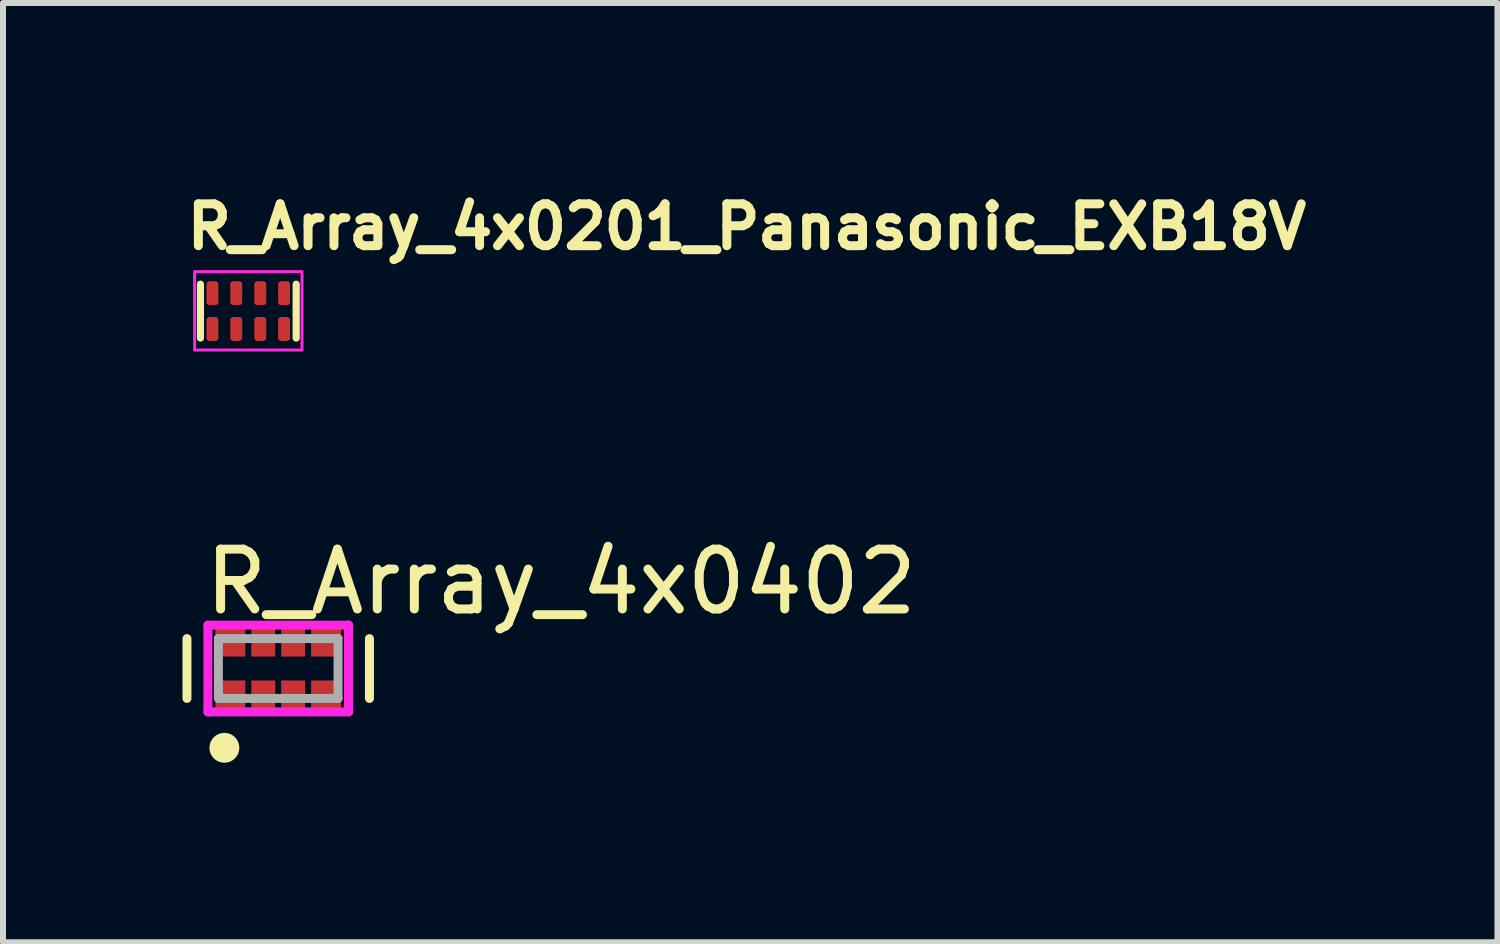
<source format=kicad_pcb>
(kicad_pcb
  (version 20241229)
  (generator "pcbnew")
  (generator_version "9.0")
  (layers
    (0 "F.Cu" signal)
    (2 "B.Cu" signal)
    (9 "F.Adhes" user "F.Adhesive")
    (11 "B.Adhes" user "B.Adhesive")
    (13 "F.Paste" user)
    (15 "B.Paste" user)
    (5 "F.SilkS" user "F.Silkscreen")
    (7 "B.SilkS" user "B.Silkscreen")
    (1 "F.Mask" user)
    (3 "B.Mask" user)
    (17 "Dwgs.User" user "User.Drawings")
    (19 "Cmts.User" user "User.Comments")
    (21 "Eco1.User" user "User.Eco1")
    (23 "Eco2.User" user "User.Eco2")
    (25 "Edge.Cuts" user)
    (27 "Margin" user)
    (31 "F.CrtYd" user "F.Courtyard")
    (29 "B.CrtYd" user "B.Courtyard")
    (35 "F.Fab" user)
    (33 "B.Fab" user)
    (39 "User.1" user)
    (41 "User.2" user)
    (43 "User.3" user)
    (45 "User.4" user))
  (footprint "R_Array_4x0201_Panasonic_EXB18V"
    (layer "F.Cu")
    (at 1.1 2.15)
    (property "Reference" "R_Array_4x0201_Panasonic_EXB18V" (at -1.1 -1 180) (layer "F.SilkS") (effects (font (size 0.7 0.7) (thickness 0.15)) (justify left bottom)))
    (attr smd)
    (fp_line (start -0.8 -0.45) (end -0.8 0.45) (stroke (width 0.12) (type solid)) (layer "F.SilkS"))
    (fp_line (start 0.8 -0.45) (end 0.8 0.45) (stroke (width 0.12) (type solid)) (layer "F.SilkS"))
    (fp_rect (start -0.898 -0.66) (end 0.898 0.65) (stroke (width 0.05) (type solid)) (fill no) (layer "F.CrtYd"))
    (fp_rect (start -0.749 -0.356) (end 0.747 0.354) (stroke (width 0.1) (type solid)) (fill no) (layer "User.5"))
    (fp_line (start -0.749 -0.332) (end -0.749 0.33) (stroke (width 0.02) (type solid)) (layer "User.9"))
    (fp_line (start -0.749 0.33) (end -0.711 0.33) (stroke (width 0.02) (type solid)) (layer "User.9"))
    (fp_line (start -0.711 -0.356) (end -0.508 -0.356) (stroke (width 0.02) (type solid)) (layer "User.9"))
    (fp_line (start -0.711 -0.332) (end -0.749 -0.332) (stroke (width 0.02) (type solid)) (layer "User.9"))
    (fp_line (start -0.711 -0.127) (end -0.711 -0.356) (stroke (width 0.02) (type solid)) (layer "User.9"))
    (fp_line (start -0.711 0.125) (end -0.508 0.125) (stroke (width 0.02) (type solid)) (layer "User.9"))
    (fp_line (start -0.711 0.354) (end -0.711 0.125) (stroke (width 0.02) (type solid)) (layer "User.9"))
    (fp_line (start -0.508 -0.356) (end -0.508 -0.127) (stroke (width 0.02) (type solid)) (layer "User.9"))
    (fp_line (start -0.508 -0.127) (end -0.711 -0.127) (stroke (width 0.02) (type solid)) (layer "User.9"))
    (fp_line (start -0.508 0.125) (end -0.508 0.354) (stroke (width 0.02) (type solid)) (layer "User.9"))
    (fp_line (start -0.508 0.33) (end -0.305 0.33) (stroke (width 0.02) (type solid)) (layer "User.9"))
    (fp_line (start -0.508 0.354) (end -0.711 0.354) (stroke (width 0.02) (type solid)) (layer "User.9"))
    (fp_line (start -0.305 -0.356) (end -0.103 -0.356) (stroke (width 0.02) (type solid)) (layer "User.9"))
    (fp_line (start -0.305 -0.332) (end -0.508 -0.332) (stroke (width 0.02) (type solid)) (layer "User.9"))
    (fp_line (start -0.305 -0.127) (end -0.305 -0.356) (stroke (width 0.02) (type solid)) (layer "User.9"))
    (fp_line (start -0.305 0.125) (end -0.103 0.125) (stroke (width 0.02) (type solid)) (layer "User.9"))
    (fp_line (start -0.305 0.354) (end -0.305 0.125) (stroke (width 0.02) (type solid)) (layer "User.9"))
    (fp_line (start -0.103 -0.356) (end -0.103 -0.127) (stroke (width 0.02) (type solid)) (layer "User.9"))
    (fp_line (start -0.103 -0.127) (end -0.305 -0.127) (stroke (width 0.02) (type solid)) (layer "User.9"))
    (fp_line (start -0.103 0.125) (end -0.103 0.354) (stroke (width 0.02) (type solid)) (layer "User.9"))
    (fp_line (start -0.103 0.33) (end 0.101 0.33) (stroke (width 0.02) (type solid)) (layer "User.9"))
    (fp_line (start -0.103 0.354) (end -0.305 0.354) (stroke (width 0.02) (type solid)) (layer "User.9"))
    (fp_line (start 0.101 -0.356) (end 0.303 -0.356) (stroke (width 0.02) (type solid)) (layer "User.9"))
    (fp_line (start 0.101 -0.332) (end -0.103 -0.332) (stroke (width 0.02) (type solid)) (layer "User.9"))
    (fp_line (start 0.101 -0.127) (end 0.101 -0.356) (stroke (width 0.02) (type solid)) (layer "User.9"))
    (fp_line (start 0.101 0.125) (end 0.303 0.125) (stroke (width 0.02) (type solid)) (layer "User.9"))
    (fp_line (start 0.101 0.354) (end 0.101 0.125) (stroke (width 0.02) (type solid)) (layer "User.9"))
    (fp_line (start 0.303 -0.356) (end 0.303 -0.127) (stroke (width 0.02) (type solid)) (layer "User.9"))
    (fp_line (start 0.303 -0.127) (end 0.101 -0.127) (stroke (width 0.02) (type solid)) (layer "User.9"))
    (fp_line (start 0.303 0.125) (end 0.303 0.354) (stroke (width 0.02) (type solid)) (layer "User.9"))
    (fp_line (start 0.303 0.33) (end 0.506 0.33) (stroke (width 0.02) (type solid)) (layer "User.9"))
    (fp_line (start 0.303 0.354) (end 0.101 0.354) (stroke (width 0.02) (type solid)) (layer "User.9"))
    (fp_line (start 0.506 -0.356) (end 0.709 -0.356) (stroke (width 0.02) (type solid)) (layer "User.9"))
    (fp_line (start 0.506 -0.332) (end 0.303 -0.332) (stroke (width 0.02) (type solid)) (layer "User.9"))
    (fp_line (start 0.506 -0.127) (end 0.506 -0.356) (stroke (width 0.02) (type solid)) (layer "User.9"))
    (fp_line (start 0.506 0.125) (end 0.709 0.125) (stroke (width 0.02) (type solid)) (layer "User.9"))
    (fp_line (start 0.506 0.354) (end 0.506 0.125) (stroke (width 0.02) (type solid)) (layer "User.9"))
    (fp_line (start 0.709 -0.356) (end 0.709 -0.127) (stroke (width 0.02) (type solid)) (layer "User.9"))
    (fp_line (start 0.709 -0.127) (end 0.506 -0.127) (stroke (width 0.02) (type solid)) (layer "User.9"))
    (fp_line (start 0.709 0.125) (end 0.709 0.354) (stroke (width 0.02) (type solid)) (layer "User.9"))
    (fp_line (start 0.709 0.33) (end 0.747 0.33) (stroke (width 0.02) (type solid)) (layer "User.9"))
    (fp_line (start 0.709 0.354) (end 0.506 0.354) (stroke (width 0.02) (type solid)) (layer "User.9"))
    (fp_line (start 0.747 -0.332) (end 0.709 -0.332) (stroke (width 0.02) (type solid)) (layer "User.9"))
    (fp_line (start 0.747 0.33) (end 0.747 -0.332) (stroke (width 0.02) (type solid)) (layer "User.9"))
    (pad "1" smd roundrect (at -0.6 0.298) (size 0.2 0.4) (layers "F.Cu" "F.Mask" "F.Paste") (roundrect_rratio 0.25))
    (pad "2" smd roundrect (at -0.202 0.298) (size 0.2 0.4) (layers "F.Cu" "F.Mask" "F.Paste") (roundrect_rratio 0.25))
    (pad "3" smd roundrect (at 0.2 0.298) (size 0.2 0.4) (layers "F.Cu" "F.Mask" "F.Paste") (roundrect_rratio 0.25))
    (pad "4" smd roundrect (at 0.598 0.298) (size 0.2 0.4) (layers "F.Cu" "F.Mask" "F.Paste") (roundrect_rratio 0.25))
    (pad "5" smd roundrect (at 0.598 -0.3) (size 0.2 0.4) (layers "F.Cu" "F.Mask" "F.Paste") (roundrect_rratio 0.25))
    (pad "6" smd roundrect (at 0.2 -0.3) (size 0.2 0.4) (layers "F.Cu" "F.Mask" "F.Paste") (roundrect_rratio 0.25))
    (pad "7" smd roundrect (at -0.202 -0.3) (size 0.2 0.4) (layers "F.Cu" "F.Mask" "F.Paste") (roundrect_rratio 0.25))
    (pad "8" smd roundrect (at -0.6 -0.3) (size 0.2 0.4) (layers "F.Cu" "F.Mask" "F.Paste") (roundrect_rratio 0.25)))
  (footprint "R_Array_4x0402"
    (layer "F.Cu")
    (at 1.6 8.123)
    (property "Reference" "R_Array_4x0402" (at -1.3 -1.45 0) (layer "F.SilkS") (effects (font (size 1 1) (thickness 0.15)) (justify left)))
    (attr through_hole)
    (fp_line (start -1.525 -0.5) (end -1.525 0.5) (stroke (width 0.15) (type solid)) (layer "F.SilkS"))
    (fp_line (start 1.525 0.5) (end 1.525 -0.5) (stroke (width 0.15) (type solid)) (layer "F.SilkS"))
    (fp_circle (center -0.9 1.325) (end -0.775 1.325) (stroke (width 0.25) (type solid)) (fill no) (layer "F.SilkS"))
    (fp_line (start -1.175 -0.725) (end -1.175 0.725) (stroke (width 0.15) (type solid)) (layer "F.CrtYd"))
    (fp_line (start -1.175 0.725) (end 1.175 0.725) (stroke (width 0.15) (type solid)) (layer "F.CrtYd"))
    (fp_line (start 1.175 -0.725) (end -1.175 -0.725) (stroke (width 0.15) (type solid)) (layer "F.CrtYd"))
    (fp_line (start 1.175 -0.725) (end 1.175 -0.725) (stroke (width 0.15) (type solid)) (layer "F.CrtYd"))
    (fp_line (start 1.175 0.725) (end 1.175 -0.725) (stroke (width 0.15) (type solid)) (layer "F.CrtYd"))
    (fp_line (start -1 -0.5) (end 1 -0.5) (stroke (width 0.15) (type solid)) (layer "F.Fab"))
    (fp_line (start -1 0.5) (end -1 -0.5) (stroke (width 0.15) (type solid)) (layer "F.Fab"))
    (fp_line (start 1 -0.5) (end 1 0.5) (stroke (width 0.15) (type solid)) (layer "F.Fab"))
    (fp_line (start 1 0.5) (end -1 0.5) (stroke (width 0.15) (type solid)) (layer "F.Fab"))
    (pad "1" smd rect (at -0.8 0.45) (size 0.5 0.5) (layers "F.Cu" "F.Mask" "F.Paste"))
    (pad "2" smd rect (at -0.25 0.45) (size 0.4 0.5) (layers "F.Cu" "F.Mask" "F.Paste"))
    (pad "3" smd rect (at 0.25 0.45) (size 0.4 0.5) (layers "F.Cu" "F.Mask" "F.Paste"))
    (pad "4" smd rect (at 0.8 0.45) (size 0.5 0.5) (layers "F.Cu" "F.Mask" "F.Paste"))
    (pad "5" smd rect (at 0.8 -0.45) (size 0.5 0.5) (layers "F.Cu" "F.Mask" "F.Paste"))
    (pad "6" smd rect (at 0.25 -0.45) (size 0.4 0.5) (layers "F.Cu" "F.Mask" "F.Paste"))
    (pad "7" smd rect (at -0.25 -0.45) (size 0.4 0.5) (layers "F.Cu" "F.Mask" "F.Paste"))
    (pad "8" smd rect (at -0.8 -0.45) (size 0.5 0.5) (layers "F.Cu" "F.Mask" "F.Paste")))
  (gr_rect
    (start -3 -3)
    (end 21.977 12.698)
    (stroke (width 0.1) (type default))
    (fill no)
    (layer "Edge.Cuts")))
</source>
